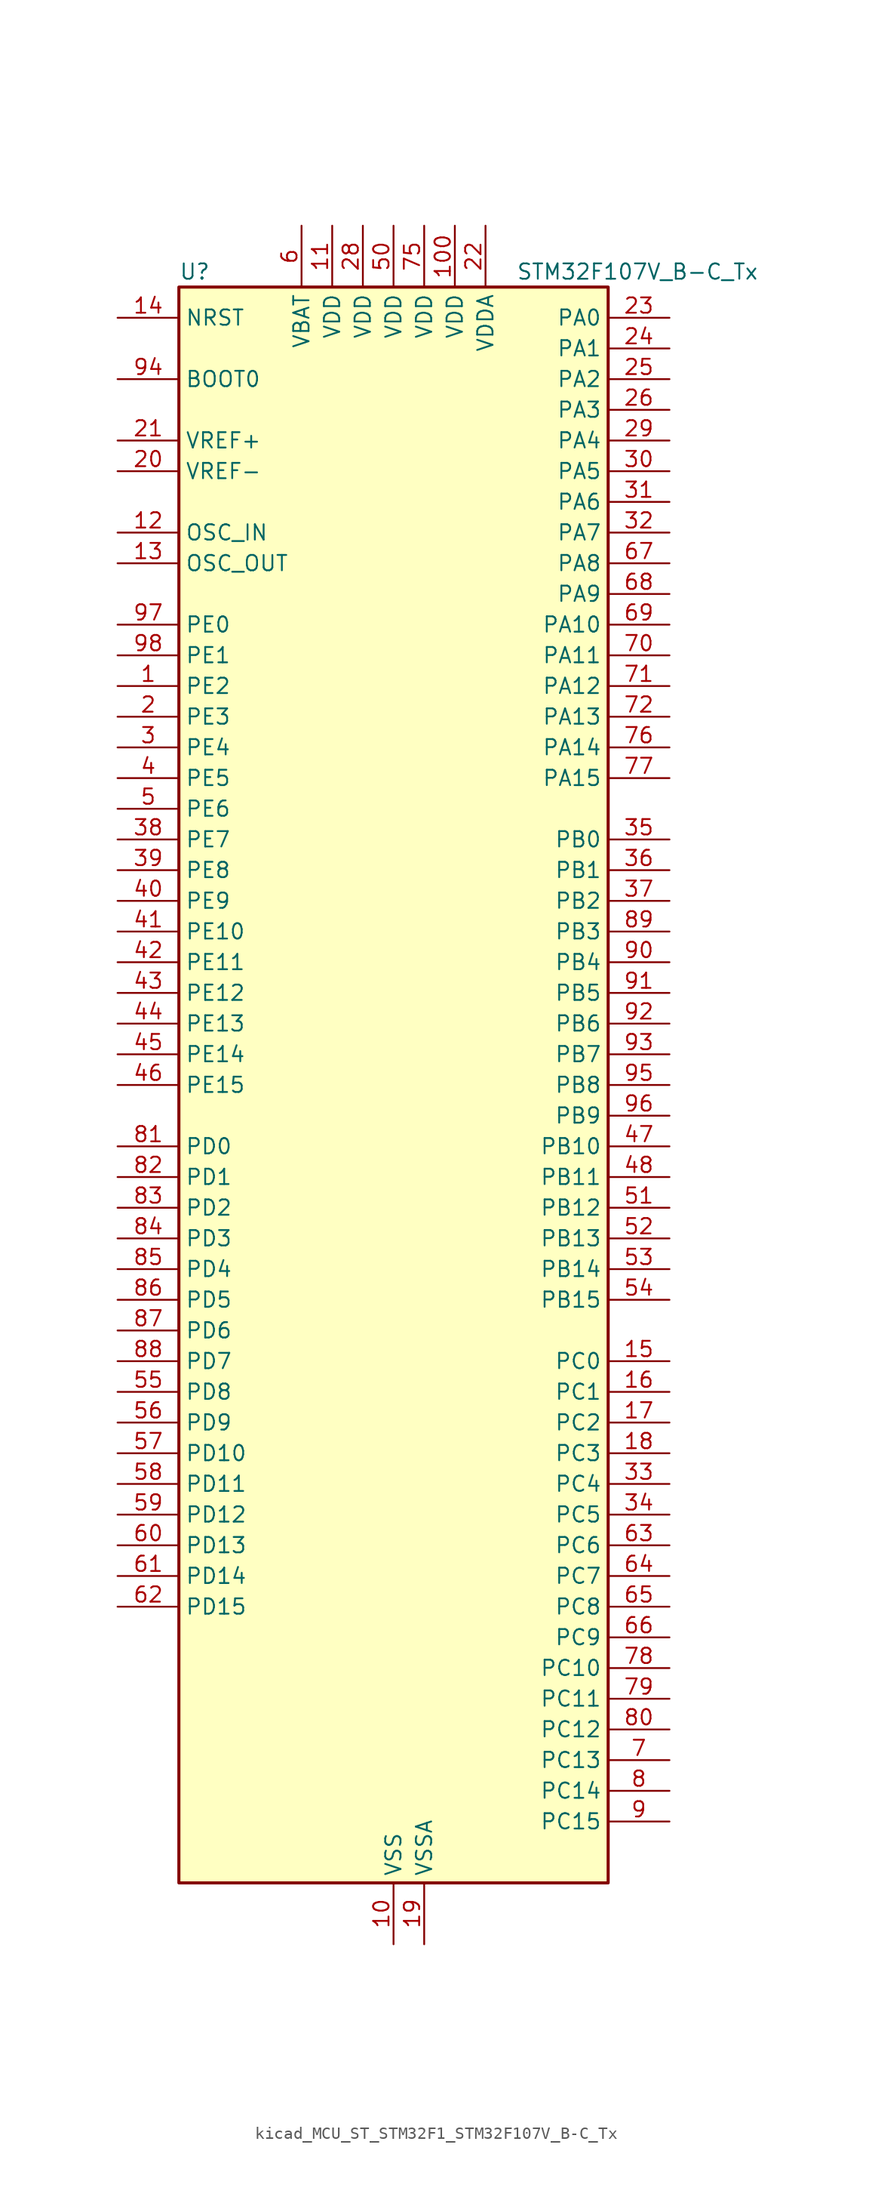
<source format=kicad_sym>
(kicad_symbol_lib
  (version 20220914)
  (generator kicad_symbol_editor)
  (symbol "kicad_MCU_ST_STM32F1_STM32F107V_B-C_Tx"
    (property "Reference" "U"
      (at -17.78 67.31 0)
      (effects (font (size 1.27 1.27)) (justify left)))
    (property "Value" "STM32F107V_B-C_Tx"
      (at 10.16 67.31 0)
      (effects (font (size 1.27 1.27)) (justify left)))
    (property "ki_locked" ""
      (at 0 0 0)
      (effects (font (size 1.27 1.27))))
    (symbol "kicad_MCU_ST_STM32F1_STM32F107V_B-C_Tx_0_1"
      (rectangle (start -17.78 -66.04) (end 17.78 66.04) (stroke (width 0.254) (type default)) (fill (type background))))
    (symbol "kicad_MCU_ST_STM32F1_STM32F107V_B-C_Tx_1_1"
      (pin bidirectional line (at -22.86 33.02 0) (length 5.08) (name "PE2" (effects (font (size 1.27 1.27)))) (number "1" (effects (font (size 1.27 1.27)))) (alternate "SYS_TRACECLK" bidirectional line))
      (pin power_in line (at 0 -71.12 90) (length 5.08) (name "VSS" (effects (font (size 1.27 1.27)))) (number "10" (effects (font (size 1.27 1.27)))))
      (pin power_in line (at 5.08 71.12 270) (length 5.08) (name "VDD" (effects (font (size 1.27 1.27)))) (number "100" (effects (font (size 1.27 1.27)))))
      (pin power_in line (at -5.08 71.12 270) (length 5.08) (name "VDD" (effects (font (size 1.27 1.27)))) (number "11" (effects (font (size 1.27 1.27)))))
      (pin input line (at -22.86 45.72 0) (length 5.08) (name "OSC_IN" (effects (font (size 1.27 1.27)))) (number "12" (effects (font (size 1.27 1.27)))) (alternate "RCC_OSC_IN" bidirectional line))
      (pin input line (at -22.86 43.18 0) (length 5.08) (name "OSC_OUT" (effects (font (size 1.27 1.27)))) (number "13" (effects (font (size 1.27 1.27)))) (alternate "RCC_OSC_OUT" bidirectional line))
      (pin input line (at -22.86 63.5 0) (length 5.08) (name "NRST" (effects (font (size 1.27 1.27)))) (number "14" (effects (font (size 1.27 1.27)))))
      (pin bidirectional line (at 22.86 -22.86 180) (length 5.08) (name "PC0" (effects (font (size 1.27 1.27)))) (number "15" (effects (font (size 1.27 1.27)))) (alternate "ADC1_IN10" bidirectional line) (alternate "ADC2_IN10" bidirectional line))
      (pin bidirectional line (at 22.86 -25.4 180) (length 5.08) (name "PC1" (effects (font (size 1.27 1.27)))) (number "16" (effects (font (size 1.27 1.27)))) (alternate "ADC1_IN11" bidirectional line) (alternate "ADC2_IN11" bidirectional line) (alternate "ETH_MDC" bidirectional line))
      (pin bidirectional line (at 22.86 -27.94 180) (length 5.08) (name "PC2" (effects (font (size 1.27 1.27)))) (number "17" (effects (font (size 1.27 1.27)))) (alternate "ADC1_IN12" bidirectional line) (alternate "ADC2_IN12" bidirectional line) (alternate "ETH_TXD2" bidirectional line))
      (pin bidirectional line (at 22.86 -30.48 180) (length 5.08) (name "PC3" (effects (font (size 1.27 1.27)))) (number "18" (effects (font (size 1.27 1.27)))) (alternate "ADC1_IN13" bidirectional line) (alternate "ADC2_IN13" bidirectional line) (alternate "ETH_TX_CLK" bidirectional line))
      (pin power_in line (at 2.54 -71.12 90) (length 5.08) (name "VSSA" (effects (font (size 1.27 1.27)))) (number "19" (effects (font (size 1.27 1.27)))))
      (pin bidirectional line (at -22.86 30.48 0) (length 5.08) (name "PE3" (effects (font (size 1.27 1.27)))) (number "2" (effects (font (size 1.27 1.27)))) (alternate "SYS_TRACED0" bidirectional line))
      (pin input line (at -22.86 50.8 0) (length 5.08) (name "VREF-" (effects (font (size 1.27 1.27)))) (number "20" (effects (font (size 1.27 1.27)))))
      (pin input line (at -22.86 53.34 0) (length 5.08) (name "VREF+" (effects (font (size 1.27 1.27)))) (number "21" (effects (font (size 1.27 1.27)))))
      (pin power_in line (at 7.62 71.12 270) (length 5.08) (name "VDDA" (effects (font (size 1.27 1.27)))) (number "22" (effects (font (size 1.27 1.27)))))
      (pin bidirectional line (at 22.86 63.5 180) (length 5.08) (name "PA0" (effects (font (size 1.27 1.27)))) (number "23" (effects (font (size 1.27 1.27)))) (alternate "ADC1_IN0" bidirectional line) (alternate "ADC2_IN0" bidirectional line) (alternate "ETH_CRS" bidirectional line) (alternate "SYS_WKUP" bidirectional line) (alternate "TIM2_CH1" bidirectional line) (alternate "TIM2_ETR" bidirectional line) (alternate "TIM5_CH1" bidirectional line) (alternate "USART2_CTS" bidirectional line))
      (pin bidirectional line (at 22.86 60.96 180) (length 5.08) (name "PA1" (effects (font (size 1.27 1.27)))) (number "24" (effects (font (size 1.27 1.27)))) (alternate "ADC1_IN1" bidirectional line) (alternate "ADC2_IN1" bidirectional line) (alternate "ETH_REF_CLK" bidirectional line) (alternate "ETH_RX_CLK" bidirectional line) (alternate "TIM2_CH2" bidirectional line) (alternate "TIM5_CH2" bidirectional line) (alternate "USART2_RTS" bidirectional line))
      (pin bidirectional line (at 22.86 58.42 180) (length 5.08) (name "PA2" (effects (font (size 1.27 1.27)))) (number "25" (effects (font (size 1.27 1.27)))) (alternate "ADC1_IN2" bidirectional line) (alternate "ADC2_IN2" bidirectional line) (alternate "ETH_MDIO" bidirectional line) (alternate "TIM2_CH3" bidirectional line) (alternate "TIM5_CH3" bidirectional line) (alternate "USART2_TX" bidirectional line))
      (pin bidirectional line (at 22.86 55.88 180) (length 5.08) (name "PA3" (effects (font (size 1.27 1.27)))) (number "26" (effects (font (size 1.27 1.27)))) (alternate "ADC1_IN3" bidirectional line) (alternate "ADC2_IN3" bidirectional line) (alternate "ETH_COL" bidirectional line) (alternate "TIM2_CH4" bidirectional line) (alternate "TIM5_CH4" bidirectional line) (alternate "USART2_RX" bidirectional line))
      (pin passive line (at 0 -71.12 90) (length 5.08) hide (name "VSS" (effects (font (size 1.27 1.27)))) (number "27" (effects (font (size 1.27 1.27)))))
      (pin power_in line (at -2.54 71.12 270) (length 5.08) (name "VDD" (effects (font (size 1.27 1.27)))) (number "28" (effects (font (size 1.27 1.27)))))
      (pin bidirectional line (at 22.86 53.34 180) (length 5.08) (name "PA4" (effects (font (size 1.27 1.27)))) (number "29" (effects (font (size 1.27 1.27)))) (alternate "ADC1_IN4" bidirectional line) (alternate "ADC2_IN4" bidirectional line) (alternate "DAC_OUT1" bidirectional line) (alternate "I2S3_WS" bidirectional line) (alternate "SPI1_NSS" bidirectional line) (alternate "SPI3_NSS" bidirectional line) (alternate "USART2_CK" bidirectional line))
      (pin bidirectional line (at -22.86 27.94 0) (length 5.08) (name "PE4" (effects (font (size 1.27 1.27)))) (number "3" (effects (font (size 1.27 1.27)))) (alternate "SYS_TRACED1" bidirectional line))
      (pin bidirectional line (at 22.86 50.8 180) (length 5.08) (name "PA5" (effects (font (size 1.27 1.27)))) (number "30" (effects (font (size 1.27 1.27)))) (alternate "ADC1_IN5" bidirectional line) (alternate "ADC2_IN5" bidirectional line) (alternate "DAC_OUT2" bidirectional line) (alternate "SPI1_SCK" bidirectional line))
      (pin bidirectional line (at 22.86 48.26 180) (length 5.08) (name "PA6" (effects (font (size 1.27 1.27)))) (number "31" (effects (font (size 1.27 1.27)))) (alternate "ADC1_IN6" bidirectional line) (alternate "ADC2_IN6" bidirectional line) (alternate "SPI1_MISO" bidirectional line) (alternate "TIM1_BKIN" bidirectional line) (alternate "TIM3_CH1" bidirectional line))
      (pin bidirectional line (at 22.86 45.72 180) (length 5.08) (name "PA7" (effects (font (size 1.27 1.27)))) (number "32" (effects (font (size 1.27 1.27)))) (alternate "ADC1_IN7" bidirectional line) (alternate "ADC2_IN7" bidirectional line) (alternate "ETH_CRS_DV" bidirectional line) (alternate "ETH_RX_DV" bidirectional line) (alternate "SPI1_MOSI" bidirectional line) (alternate "TIM1_CH1N" bidirectional line) (alternate "TIM3_CH2" bidirectional line))
      (pin bidirectional line (at 22.86 -33.02 180) (length 5.08) (name "PC4" (effects (font (size 1.27 1.27)))) (number "33" (effects (font (size 1.27 1.27)))) (alternate "ADC1_IN14" bidirectional line) (alternate "ADC2_IN14" bidirectional line) (alternate "ETH_RXD0" bidirectional line))
      (pin bidirectional line (at 22.86 -35.56 180) (length 5.08) (name "PC5" (effects (font (size 1.27 1.27)))) (number "34" (effects (font (size 1.27 1.27)))) (alternate "ADC1_IN15" bidirectional line) (alternate "ADC2_IN15" bidirectional line) (alternate "ETH_RXD1" bidirectional line))
      (pin bidirectional line (at 22.86 20.32 180) (length 5.08) (name "PB0" (effects (font (size 1.27 1.27)))) (number "35" (effects (font (size 1.27 1.27)))) (alternate "ADC1_IN8" bidirectional line) (alternate "ADC2_IN8" bidirectional line) (alternate "ETH_RXD2" bidirectional line) (alternate "TIM1_CH2N" bidirectional line) (alternate "TIM3_CH3" bidirectional line))
      (pin bidirectional line (at 22.86 17.78 180) (length 5.08) (name "PB1" (effects (font (size 1.27 1.27)))) (number "36" (effects (font (size 1.27 1.27)))) (alternate "ADC1_IN9" bidirectional line) (alternate "ADC2_IN9" bidirectional line) (alternate "ETH_RXD3" bidirectional line) (alternate "TIM1_CH3N" bidirectional line) (alternate "TIM3_CH4" bidirectional line))
      (pin bidirectional line (at 22.86 15.24 180) (length 5.08) (name "PB2" (effects (font (size 1.27 1.27)))) (number "37" (effects (font (size 1.27 1.27)))))
      (pin bidirectional line (at -22.86 20.32 0) (length 5.08) (name "PE7" (effects (font (size 1.27 1.27)))) (number "38" (effects (font (size 1.27 1.27)))) (alternate "TIM1_ETR" bidirectional line))
      (pin bidirectional line (at -22.86 17.78 0) (length 5.08) (name "PE8" (effects (font (size 1.27 1.27)))) (number "39" (effects (font (size 1.27 1.27)))) (alternate "TIM1_CH1N" bidirectional line))
      (pin bidirectional line (at -22.86 25.4 0) (length 5.08) (name "PE5" (effects (font (size 1.27 1.27)))) (number "4" (effects (font (size 1.27 1.27)))) (alternate "SYS_TRACED2" bidirectional line))
      (pin bidirectional line (at -22.86 15.24 0) (length 5.08) (name "PE9" (effects (font (size 1.27 1.27)))) (number "40" (effects (font (size 1.27 1.27)))) (alternate "DAC_EXTI9" bidirectional line) (alternate "TIM1_CH1" bidirectional line))
      (pin bidirectional line (at -22.86 12.7 0) (length 5.08) (name "PE10" (effects (font (size 1.27 1.27)))) (number "41" (effects (font (size 1.27 1.27)))) (alternate "TIM1_CH2N" bidirectional line))
      (pin bidirectional line (at -22.86 10.16 0) (length 5.08) (name "PE11" (effects (font (size 1.27 1.27)))) (number "42" (effects (font (size 1.27 1.27)))) (alternate "ADC1_EXTI11" bidirectional line) (alternate "ADC2_EXTI11" bidirectional line) (alternate "TIM1_CH2" bidirectional line))
      (pin bidirectional line (at -22.86 7.62 0) (length 5.08) (name "PE12" (effects (font (size 1.27 1.27)))) (number "43" (effects (font (size 1.27 1.27)))) (alternate "TIM1_CH3N" bidirectional line))
      (pin bidirectional line (at -22.86 5.08 0) (length 5.08) (name "PE13" (effects (font (size 1.27 1.27)))) (number "44" (effects (font (size 1.27 1.27)))) (alternate "TIM1_CH3" bidirectional line))
      (pin bidirectional line (at -22.86 2.54 0) (length 5.08) (name "PE14" (effects (font (size 1.27 1.27)))) (number "45" (effects (font (size 1.27 1.27)))) (alternate "TIM1_CH4" bidirectional line))
      (pin bidirectional line (at -22.86 0 0) (length 5.08) (name "PE15" (effects (font (size 1.27 1.27)))) (number "46" (effects (font (size 1.27 1.27)))) (alternate "ADC1_EXTI15" bidirectional line) (alternate "ADC2_EXTI15" bidirectional line) (alternate "TIM1_BKIN" bidirectional line))
      (pin bidirectional line (at 22.86 -5.08 180) (length 5.08) (name "PB10" (effects (font (size 1.27 1.27)))) (number "47" (effects (font (size 1.27 1.27)))) (alternate "ETH_RX_ER" bidirectional line) (alternate "TIM2_CH3" bidirectional line) (alternate "USART3_TX" bidirectional line))
      (pin bidirectional line (at 22.86 -7.62 180) (length 5.08) (name "PB11" (effects (font (size 1.27 1.27)))) (number "48" (effects (font (size 1.27 1.27)))) (alternate "ADC1_EXTI11" bidirectional line) (alternate "ADC2_EXTI11" bidirectional line) (alternate "ETH_TX_EN" bidirectional line) (alternate "TIM2_CH4" bidirectional line) (alternate "USART3_RX" bidirectional line))
      (pin passive line (at 0 -71.12 90) (length 5.08) hide (name "VSS" (effects (font (size 1.27 1.27)))) (number "49" (effects (font (size 1.27 1.27)))))
      (pin bidirectional line (at -22.86 22.86 0) (length 5.08) (name "PE6" (effects (font (size 1.27 1.27)))) (number "5" (effects (font (size 1.27 1.27)))) (alternate "SYS_TRACED3" bidirectional line))
      (pin power_in line (at 0 71.12 270) (length 5.08) (name "VDD" (effects (font (size 1.27 1.27)))) (number "50" (effects (font (size 1.27 1.27)))))
      (pin bidirectional line (at 22.86 -10.16 180) (length 5.08) (name "PB12" (effects (font (size 1.27 1.27)))) (number "51" (effects (font (size 1.27 1.27)))) (alternate "CAN2_RX" bidirectional line) (alternate "ETH_TXD0" bidirectional line) (alternate "I2S2_WS" bidirectional line) (alternate "SPI2_NSS" bidirectional line) (alternate "TIM1_BKIN" bidirectional line) (alternate "USART3_CK" bidirectional line))
      (pin bidirectional line (at 22.86 -12.7 180) (length 5.08) (name "PB13" (effects (font (size 1.27 1.27)))) (number "52" (effects (font (size 1.27 1.27)))) (alternate "CAN2_TX" bidirectional line) (alternate "ETH_TXD1" bidirectional line) (alternate "I2S2_CK" bidirectional line) (alternate "SPI2_SCK" bidirectional line) (alternate "TIM1_CH1N" bidirectional line) (alternate "USART3_CTS" bidirectional line))
      (pin bidirectional line (at 22.86 -15.24 180) (length 5.08) (name "PB14" (effects (font (size 1.27 1.27)))) (number "53" (effects (font (size 1.27 1.27)))) (alternate "SPI2_MISO" bidirectional line) (alternate "TIM1_CH2N" bidirectional line) (alternate "USART3_RTS" bidirectional line))
      (pin bidirectional line (at 22.86 -17.78 180) (length 5.08) (name "PB15" (effects (font (size 1.27 1.27)))) (number "54" (effects (font (size 1.27 1.27)))) (alternate "ADC1_EXTI15" bidirectional line) (alternate "ADC2_EXTI15" bidirectional line) (alternate "I2S2_SD" bidirectional line) (alternate "SPI2_MOSI" bidirectional line) (alternate "TIM1_CH3N" bidirectional line))
      (pin bidirectional line (at -22.86 -25.4 0) (length 5.08) (name "PD8" (effects (font (size 1.27 1.27)))) (number "55" (effects (font (size 1.27 1.27)))) (alternate "ETH_CRS_DV" bidirectional line) (alternate "ETH_RX_DV" bidirectional line) (alternate "USART3_TX" bidirectional line))
      (pin bidirectional line (at -22.86 -27.94 0) (length 5.08) (name "PD9" (effects (font (size 1.27 1.27)))) (number "56" (effects (font (size 1.27 1.27)))) (alternate "DAC_EXTI9" bidirectional line) (alternate "ETH_RXD0" bidirectional line) (alternate "USART3_RX" bidirectional line))
      (pin bidirectional line (at -22.86 -30.48 0) (length 5.08) (name "PD10" (effects (font (size 1.27 1.27)))) (number "57" (effects (font (size 1.27 1.27)))) (alternate "ETH_RXD1" bidirectional line) (alternate "USART3_CK" bidirectional line))
      (pin bidirectional line (at -22.86 -33.02 0) (length 5.08) (name "PD11" (effects (font (size 1.27 1.27)))) (number "58" (effects (font (size 1.27 1.27)))) (alternate "ADC1_EXTI11" bidirectional line) (alternate "ADC2_EXTI11" bidirectional line) (alternate "ETH_RXD2" bidirectional line) (alternate "USART3_CTS" bidirectional line))
      (pin bidirectional line (at -22.86 -35.56 0) (length 5.08) (name "PD12" (effects (font (size 1.27 1.27)))) (number "59" (effects (font (size 1.27 1.27)))) (alternate "ETH_RXD3" bidirectional line) (alternate "TIM4_CH1" bidirectional line) (alternate "USART3_RTS" bidirectional line))
      (pin power_in line (at -7.62 71.12 270) (length 5.08) (name "VBAT" (effects (font (size 1.27 1.27)))) (number "6" (effects (font (size 1.27 1.27)))))
      (pin bidirectional line (at -22.86 -38.1 0) (length 5.08) (name "PD13" (effects (font (size 1.27 1.27)))) (number "60" (effects (font (size 1.27 1.27)))) (alternate "TIM4_CH2" bidirectional line))
      (pin bidirectional line (at -22.86 -40.64 0) (length 5.08) (name "PD14" (effects (font (size 1.27 1.27)))) (number "61" (effects (font (size 1.27 1.27)))) (alternate "TIM4_CH3" bidirectional line))
      (pin bidirectional line (at -22.86 -43.18 0) (length 5.08) (name "PD15" (effects (font (size 1.27 1.27)))) (number "62" (effects (font (size 1.27 1.27)))) (alternate "ADC1_EXTI15" bidirectional line) (alternate "ADC2_EXTI15" bidirectional line) (alternate "TIM4_CH4" bidirectional line))
      (pin bidirectional line (at 22.86 -38.1 180) (length 5.08) (name "PC6" (effects (font (size 1.27 1.27)))) (number "63" (effects (font (size 1.27 1.27)))) (alternate "I2S2_MCK" bidirectional line) (alternate "TIM3_CH1" bidirectional line))
      (pin bidirectional line (at 22.86 -40.64 180) (length 5.08) (name "PC7" (effects (font (size 1.27 1.27)))) (number "64" (effects (font (size 1.27 1.27)))) (alternate "I2S3_MCK" bidirectional line) (alternate "TIM3_CH2" bidirectional line))
      (pin bidirectional line (at 22.86 -43.18 180) (length 5.08) (name "PC8" (effects (font (size 1.27 1.27)))) (number "65" (effects (font (size 1.27 1.27)))) (alternate "TIM3_CH3" bidirectional line))
      (pin bidirectional line (at 22.86 -45.72 180) (length 5.08) (name "PC9" (effects (font (size 1.27 1.27)))) (number "66" (effects (font (size 1.27 1.27)))) (alternate "DAC_EXTI9" bidirectional line) (alternate "TIM3_CH4" bidirectional line))
      (pin bidirectional line (at 22.86 43.18 180) (length 5.08) (name "PA8" (effects (font (size 1.27 1.27)))) (number "67" (effects (font (size 1.27 1.27)))) (alternate "RCC_MCO" bidirectional line) (alternate "TIM1_CH1" bidirectional line) (alternate "USART1_CK" bidirectional line) (alternate "USB_OTG_FS_SOF" bidirectional line))
      (pin bidirectional line (at 22.86 40.64 180) (length 5.08) (name "PA9" (effects (font (size 1.27 1.27)))) (number "68" (effects (font (size 1.27 1.27)))) (alternate "DAC_EXTI9" bidirectional line) (alternate "TIM1_CH2" bidirectional line) (alternate "USART1_TX" bidirectional line) (alternate "USB_OTG_FS_VBUS" bidirectional line))
      (pin bidirectional line (at 22.86 38.1 180) (length 5.08) (name "PA10" (effects (font (size 1.27 1.27)))) (number "69" (effects (font (size 1.27 1.27)))) (alternate "TIM1_CH3" bidirectional line) (alternate "USART1_RX" bidirectional line) (alternate "USB_OTG_FS_ID" bidirectional line))
      (pin bidirectional line (at 22.86 -55.88 180) (length 5.08) (name "PC13" (effects (font (size 1.27 1.27)))) (number "7" (effects (font (size 1.27 1.27)))) (alternate "RTC_OUT" bidirectional line) (alternate "RTC_TAMPER" bidirectional line))
      (pin bidirectional line (at 22.86 35.56 180) (length 5.08) (name "PA11" (effects (font (size 1.27 1.27)))) (number "70" (effects (font (size 1.27 1.27)))) (alternate "ADC1_EXTI11" bidirectional line) (alternate "ADC2_EXTI11" bidirectional line) (alternate "CAN1_RX" bidirectional line) (alternate "TIM1_CH4" bidirectional line) (alternate "USART1_CTS" bidirectional line) (alternate "USB_OTG_FS_DM" bidirectional line))
      (pin bidirectional line (at 22.86 33.02 180) (length 5.08) (name "PA12" (effects (font (size 1.27 1.27)))) (number "71" (effects (font (size 1.27 1.27)))) (alternate "CAN1_TX" bidirectional line) (alternate "TIM1_ETR" bidirectional line) (alternate "USART1_RTS" bidirectional line) (alternate "USB_OTG_FS_DP" bidirectional line))
      (pin bidirectional line (at 22.86 30.48 180) (length 5.08) (name "PA13" (effects (font (size 1.27 1.27)))) (number "72" (effects (font (size 1.27 1.27)))) (alternate "SYS_JTMS-SWDIO" bidirectional line))
      (pin no_connect line (at -17.78 -66.04 0) (length 5.08) hide (name "NC" (effects (font (size 1.27 1.27)))) (number "73" (effects (font (size 1.27 1.27)))))
      (pin passive line (at 0 -71.12 90) (length 5.08) hide (name "VSS" (effects (font (size 1.27 1.27)))) (number "74" (effects (font (size 1.27 1.27)))))
      (pin power_in line (at 2.54 71.12 270) (length 5.08) (name "VDD" (effects (font (size 1.27 1.27)))) (number "75" (effects (font (size 1.27 1.27)))))
      (pin bidirectional line (at 22.86 27.94 180) (length 5.08) (name "PA14" (effects (font (size 1.27 1.27)))) (number "76" (effects (font (size 1.27 1.27)))) (alternate "SYS_JTCK-SWCLK" bidirectional line))
      (pin bidirectional line (at 22.86 25.4 180) (length 5.08) (name "PA15" (effects (font (size 1.27 1.27)))) (number "77" (effects (font (size 1.27 1.27)))) (alternate "ADC1_EXTI15" bidirectional line) (alternate "ADC2_EXTI15" bidirectional line) (alternate "I2S3_WS" bidirectional line) (alternate "SPI1_NSS" bidirectional line) (alternate "SPI3_NSS" bidirectional line) (alternate "SYS_JTDI" bidirectional line) (alternate "TIM2_CH1" bidirectional line) (alternate "TIM2_ETR" bidirectional line))
      (pin bidirectional line (at 22.86 -48.26 180) (length 5.08) (name "PC10" (effects (font (size 1.27 1.27)))) (number "78" (effects (font (size 1.27 1.27)))) (alternate "I2S3_CK" bidirectional line) (alternate "SPI3_SCK" bidirectional line) (alternate "UART4_TX" bidirectional line) (alternate "USART3_TX" bidirectional line))
      (pin bidirectional line (at 22.86 -50.8 180) (length 5.08) (name "PC11" (effects (font (size 1.27 1.27)))) (number "79" (effects (font (size 1.27 1.27)))) (alternate "ADC1_EXTI11" bidirectional line) (alternate "ADC2_EXTI11" bidirectional line) (alternate "SPI3_MISO" bidirectional line) (alternate "UART4_RX" bidirectional line) (alternate "USART3_RX" bidirectional line))
      (pin bidirectional line (at 22.86 -58.42 180) (length 5.08) (name "PC14" (effects (font (size 1.27 1.27)))) (number "8" (effects (font (size 1.27 1.27)))) (alternate "RCC_OSC32_IN" bidirectional line))
      (pin bidirectional line (at 22.86 -53.34 180) (length 5.08) (name "PC12" (effects (font (size 1.27 1.27)))) (number "80" (effects (font (size 1.27 1.27)))) (alternate "I2S3_SD" bidirectional line) (alternate "SPI3_MOSI" bidirectional line) (alternate "UART5_TX" bidirectional line) (alternate "USART3_CK" bidirectional line))
      (pin bidirectional line (at -22.86 -5.08 0) (length 5.08) (name "PD0" (effects (font (size 1.27 1.27)))) (number "81" (effects (font (size 1.27 1.27)))) (alternate "CAN1_RX" bidirectional line))
      (pin bidirectional line (at -22.86 -7.62 0) (length 5.08) (name "PD1" (effects (font (size 1.27 1.27)))) (number "82" (effects (font (size 1.27 1.27)))) (alternate "CAN1_TX" bidirectional line))
      (pin bidirectional line (at -22.86 -10.16 0) (length 5.08) (name "PD2" (effects (font (size 1.27 1.27)))) (number "83" (effects (font (size 1.27 1.27)))) (alternate "TIM3_ETR" bidirectional line) (alternate "UART5_RX" bidirectional line))
      (pin bidirectional line (at -22.86 -12.7 0) (length 5.08) (name "PD3" (effects (font (size 1.27 1.27)))) (number "84" (effects (font (size 1.27 1.27)))) (alternate "USART2_CTS" bidirectional line))
      (pin bidirectional line (at -22.86 -15.24 0) (length 5.08) (name "PD4" (effects (font (size 1.27 1.27)))) (number "85" (effects (font (size 1.27 1.27)))) (alternate "USART2_RTS" bidirectional line))
      (pin bidirectional line (at -22.86 -17.78 0) (length 5.08) (name "PD5" (effects (font (size 1.27 1.27)))) (number "86" (effects (font (size 1.27 1.27)))) (alternate "USART2_TX" bidirectional line))
      (pin bidirectional line (at -22.86 -20.32 0) (length 5.08) (name "PD6" (effects (font (size 1.27 1.27)))) (number "87" (effects (font (size 1.27 1.27)))) (alternate "USART2_RX" bidirectional line))
      (pin bidirectional line (at -22.86 -22.86 0) (length 5.08) (name "PD7" (effects (font (size 1.27 1.27)))) (number "88" (effects (font (size 1.27 1.27)))) (alternate "USART2_CK" bidirectional line))
      (pin bidirectional line (at 22.86 12.7 180) (length 5.08) (name "PB3" (effects (font (size 1.27 1.27)))) (number "89" (effects (font (size 1.27 1.27)))) (alternate "I2S3_CK" bidirectional line) (alternate "SPI1_SCK" bidirectional line) (alternate "SPI3_SCK" bidirectional line) (alternate "SYS_JTDO" bidirectional line) (alternate "SYS_TRACESWO" bidirectional line) (alternate "TIM2_CH2" bidirectional line))
      (pin bidirectional line (at 22.86 -60.96 180) (length 5.08) (name "PC15" (effects (font (size 1.27 1.27)))) (number "9" (effects (font (size 1.27 1.27)))) (alternate "ADC1_EXTI15" bidirectional line) (alternate "ADC2_EXTI15" bidirectional line) (alternate "RCC_OSC32_OUT" bidirectional line))
      (pin bidirectional line (at 22.86 10.16 180) (length 5.08) (name "PB4" (effects (font (size 1.27 1.27)))) (number "90" (effects (font (size 1.27 1.27)))) (alternate "SPI1_MISO" bidirectional line) (alternate "SPI3_MISO" bidirectional line) (alternate "SYS_NJTRST" bidirectional line) (alternate "TIM3_CH1" bidirectional line))
      (pin bidirectional line (at 22.86 7.62 180) (length 5.08) (name "PB5" (effects (font (size 1.27 1.27)))) (number "91" (effects (font (size 1.27 1.27)))) (alternate "CAN2_RX" bidirectional line) (alternate "ETH_PPS_OUT" bidirectional line) (alternate "I2C1_SMBA" bidirectional line) (alternate "I2S3_SD" bidirectional line) (alternate "SPI1_MOSI" bidirectional line) (alternate "SPI3_MOSI" bidirectional line) (alternate "TIM3_CH2" bidirectional line))
      (pin bidirectional line (at 22.86 5.08 180) (length 5.08) (name "PB6" (effects (font (size 1.27 1.27)))) (number "92" (effects (font (size 1.27 1.27)))) (alternate "CAN2_TX" bidirectional line) (alternate "I2C1_SCL" bidirectional line) (alternate "TIM4_CH1" bidirectional line) (alternate "USART1_TX" bidirectional line))
      (pin bidirectional line (at 22.86 2.54 180) (length 5.08) (name "PB7" (effects (font (size 1.27 1.27)))) (number "93" (effects (font (size 1.27 1.27)))) (alternate "I2C1_SDA" bidirectional line) (alternate "TIM4_CH2" bidirectional line) (alternate "USART1_RX" bidirectional line))
      (pin input line (at -22.86 58.42 0) (length 5.08) (name "BOOT0" (effects (font (size 1.27 1.27)))) (number "94" (effects (font (size 1.27 1.27)))))
      (pin bidirectional line (at 22.86 0 180) (length 5.08) (name "PB8" (effects (font (size 1.27 1.27)))) (number "95" (effects (font (size 1.27 1.27)))) (alternate "CAN1_RX" bidirectional line) (alternate "ETH_TXD3" bidirectional line) (alternate "I2C1_SCL" bidirectional line) (alternate "TIM4_CH3" bidirectional line))
      (pin bidirectional line (at 22.86 -2.54 180) (length 5.08) (name "PB9" (effects (font (size 1.27 1.27)))) (number "96" (effects (font (size 1.27 1.27)))) (alternate "CAN1_TX" bidirectional line) (alternate "DAC_EXTI9" bidirectional line) (alternate "I2C1_SDA" bidirectional line) (alternate "TIM4_CH4" bidirectional line))
      (pin bidirectional line (at -22.86 38.1 0) (length 5.08) (name "PE0" (effects (font (size 1.27 1.27)))) (number "97" (effects (font (size 1.27 1.27)))) (alternate "TIM4_ETR" bidirectional line))
      (pin bidirectional line (at -22.86 35.56 0) (length 5.08) (name "PE1" (effects (font (size 1.27 1.27)))) (number "98" (effects (font (size 1.27 1.27)))))
      (pin passive line (at 0 -71.12 90) (length 5.08) hide (name "VSS" (effects (font (size 1.27 1.27)))) (number "99" (effects (font (size 1.27 1.27))))))))
</source>
